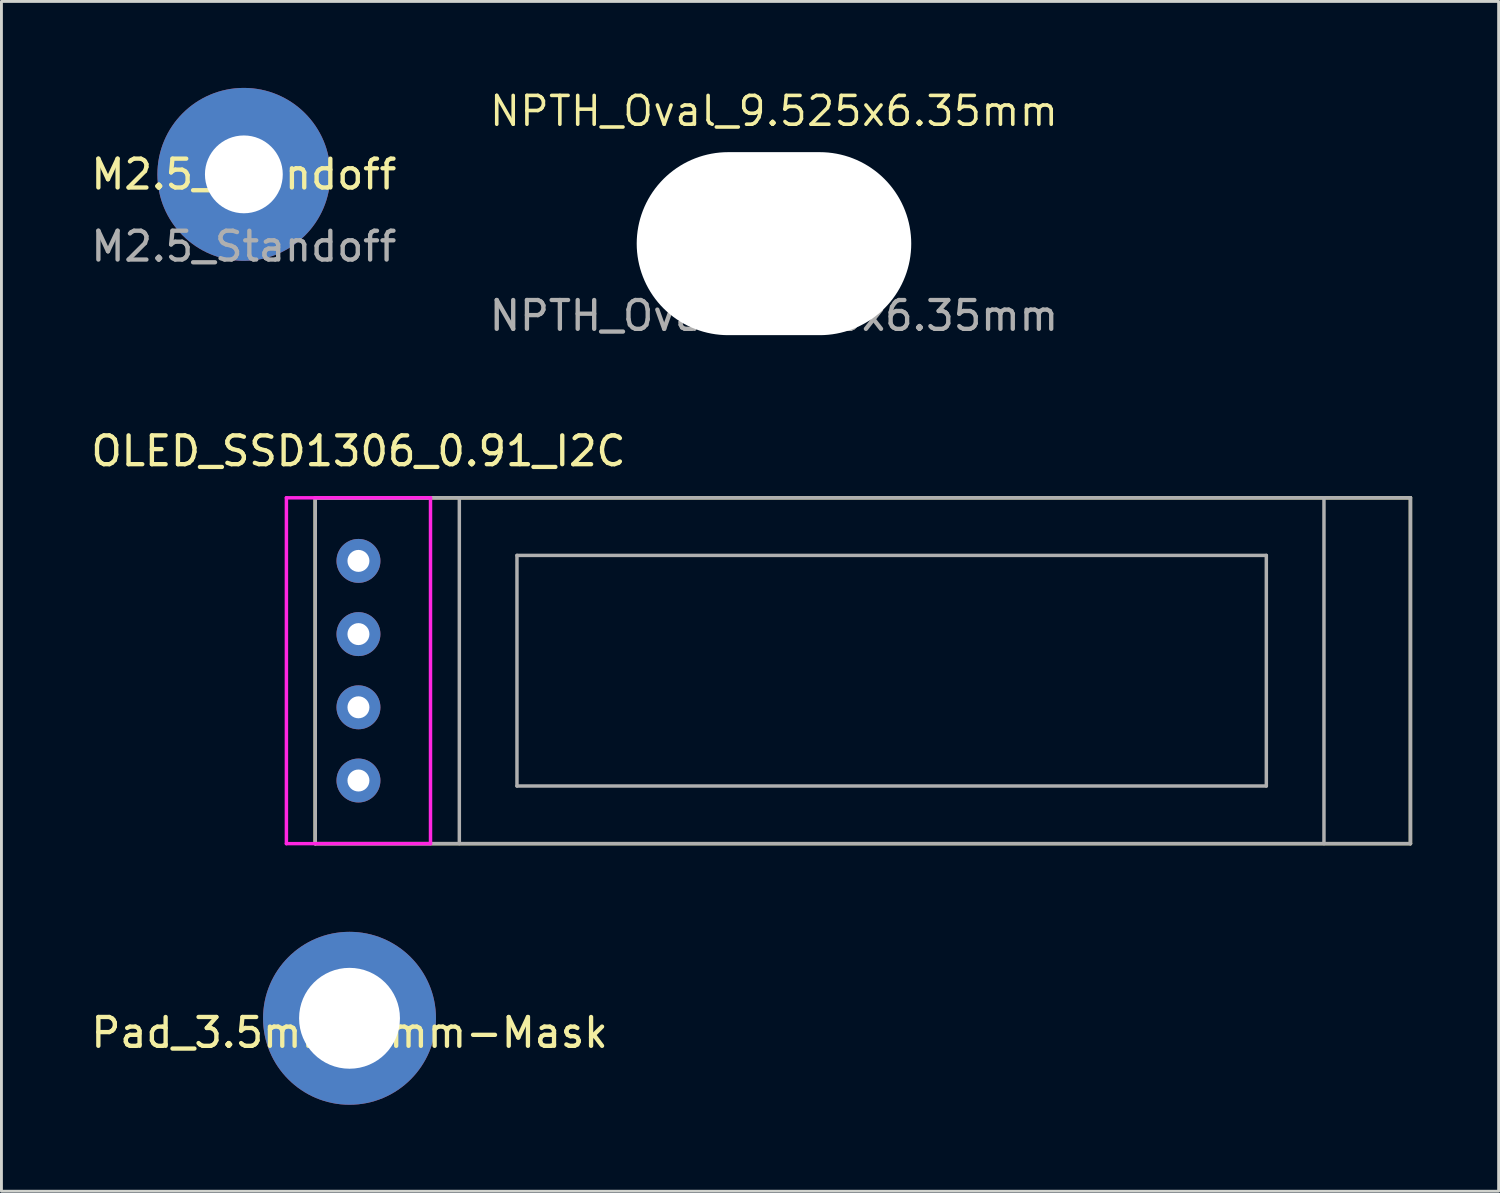
<source format=kicad_pcb>
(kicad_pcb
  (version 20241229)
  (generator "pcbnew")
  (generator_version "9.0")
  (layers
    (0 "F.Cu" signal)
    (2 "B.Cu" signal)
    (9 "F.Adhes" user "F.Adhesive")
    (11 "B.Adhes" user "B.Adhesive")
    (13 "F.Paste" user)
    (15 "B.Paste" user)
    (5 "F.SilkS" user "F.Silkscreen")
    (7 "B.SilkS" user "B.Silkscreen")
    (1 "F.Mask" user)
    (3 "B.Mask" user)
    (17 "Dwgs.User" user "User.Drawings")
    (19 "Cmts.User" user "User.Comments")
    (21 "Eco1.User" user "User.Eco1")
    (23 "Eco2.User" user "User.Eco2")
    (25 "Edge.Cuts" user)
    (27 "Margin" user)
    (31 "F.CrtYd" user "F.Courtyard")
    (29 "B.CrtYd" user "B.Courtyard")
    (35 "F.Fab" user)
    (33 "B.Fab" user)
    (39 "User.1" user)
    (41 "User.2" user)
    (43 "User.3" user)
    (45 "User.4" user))
  (footprint "Pad_3.5mm_6mm-Mask"
    (layer "F.Cu")
    (at 9.077 32.281)
    (property "Reference" "Pad_3.5mm_6mm-Mask" (at 0 0.5 0) (layer "F.SilkS") (effects (font (size 1 1) (thickness 0.15))))
    (attr through_hole)
    (pad "1" thru_hole circle (at 0 0) (size 6 6) (drill 3.5) (layers "*.Cu" "*.Mask")))
  (footprint "M2.5_Standoff"
    (layer "F.Cu")
    (at 5.411 3)
    (property "Reference" "M2.5_Standoff" (at 0 0 0) (unlocked yes) (layer "F.SilkS") (effects (font (size 1 1) (thickness 0.15))))
    (fp_text user "${REFERENCE}" (at 0 2.5 0) (unlocked yes) (layer "F.Fab") (effects (font (size 1 1) (thickness 0.15))))
    (pad "1" thru_hole circle (at 0 0) (size 6 6) (drill 2.7) (layers "*.Cu" "*.Mask")))
  (footprint "OLED_SSD1306_0.91_I2C"
    (layer "F.Cu")
    (at 9.387 20.221)
    (property "Reference" "OLED_SSD1306_0.91_I2C" (at 0 -7.62 0) (layer "F.SilkS") (effects (font (size 1 1) (thickness 0.15))))
    (attr through_hole)
    (fp_line (start -1.5 -6) (end -1.5 6) (stroke (width 0.12) (type solid)) (layer "F.SilkS"))
    (fp_line (start -1.5 6) (end 36.5 6) (stroke (width 0.12) (type solid)) (layer "F.SilkS"))
    (fp_line (start 36.5 -6) (end -1.5 -6) (stroke (width 0.12) (type solid)) (layer "F.SilkS"))
    (fp_line (start 36.5 6) (end 36.5 -6) (stroke (width 0.12) (type solid)) (layer "F.SilkS"))
    (fp_line (start -2.5 -6) (end 2.5 -6) (stroke (width 0.12) (type solid)) (layer "F.CrtYd"))
    (fp_line (start -2.5 6) (end -2.5 -6) (stroke (width 0.12) (type solid)) (layer "F.CrtYd"))
    (fp_line (start 2.5 -6) (end 2.5 6) (stroke (width 0.12) (type solid)) (layer "F.CrtYd"))
    (fp_line (start 2.5 6) (end -2.5 6) (stroke (width 0.12) (type solid)) (layer "F.CrtYd"))
    (fp_line (start -1.5 -6) (end -1.5 6) (stroke (width 0.12) (type solid)) (layer "F.Fab"))
    (fp_line (start -1.5 6) (end 36.5 6) (stroke (width 0.12) (type solid)) (layer "F.Fab"))
    (fp_line (start 3.5 -6) (end 3.5 6) (stroke (width 0.12) (type solid)) (layer "F.Fab"))
    (fp_line (start 5.5 -4) (end 5.5 4) (stroke (width 0.12) (type solid)) (layer "F.Fab"))
    (fp_line (start 5.5 4) (end 31.5 4) (stroke (width 0.12) (type solid)) (layer "F.Fab"))
    (fp_line (start 31.5 -4) (end 5.5 -4) (stroke (width 0.12) (type solid)) (layer "F.Fab"))
    (fp_line (start 31.5 4) (end 31.5 -4) (stroke (width 0.12) (type solid)) (layer "F.Fab"))
    (fp_line (start 33.5 6) (end 33.5 -6) (stroke (width 0.12) (type solid)) (layer "F.Fab"))
    (fp_line (start 36.5 -6) (end -1.5 -6) (stroke (width 0.12) (type solid)) (layer "F.Fab"))
    (fp_line (start 36.5 6) (end 36.5 -6) (stroke (width 0.12) (type solid)) (layer "F.Fab"))
    (pad "1" thru_hole circle (at 0 3.81) (size 1.524 1.524) (drill 0.762) (layers "*.Cu" "*.Mask"))
    (pad "2" thru_hole circle (at 0 1.27) (size 1.524 1.524) (drill 0.762) (layers "*.Cu" "*.Mask"))
    (pad "3" thru_hole circle (at 0 -1.27) (size 1.524 1.524) (drill 0.762) (layers "*.Cu" "*.Mask"))
    (pad "4" thru_hole circle (at 0 -3.81) (size 1.524 1.524) (drill 0.762) (layers "*.Cu" "*.Mask")))
  (footprint "NPTH_Oval_9.525x6.35mm"
    (layer "F.Cu")
    (at 23.804 5.404)
    (property "Reference" "NPTH_Oval_9.525x6.35mm" (at 0 -4.6 0) (unlocked yes) (layer "F.SilkS") (effects (font (size 1 1) (thickness 0.125))))
    (attr exclude_from_pos_files exclude_from_bom)
    (fp_text user "${REFERENCE}" (at 0 2.5 0) (unlocked yes) (layer "F.Fab") (effects (font (size 1 1) (thickness 0.15))))
    (pad "" np_thru_hole oval (at 0 0) (size 9.525 6.35) (drill oval 9.525 6.35) (layers "*.Cu" "*.Mask")))
  (gr_rect
    (start -3 -3)
    (end 48.947 38.281)
    (stroke (width 0.1) (type default))
    (fill no)
    (layer "Edge.Cuts")))
</source>
